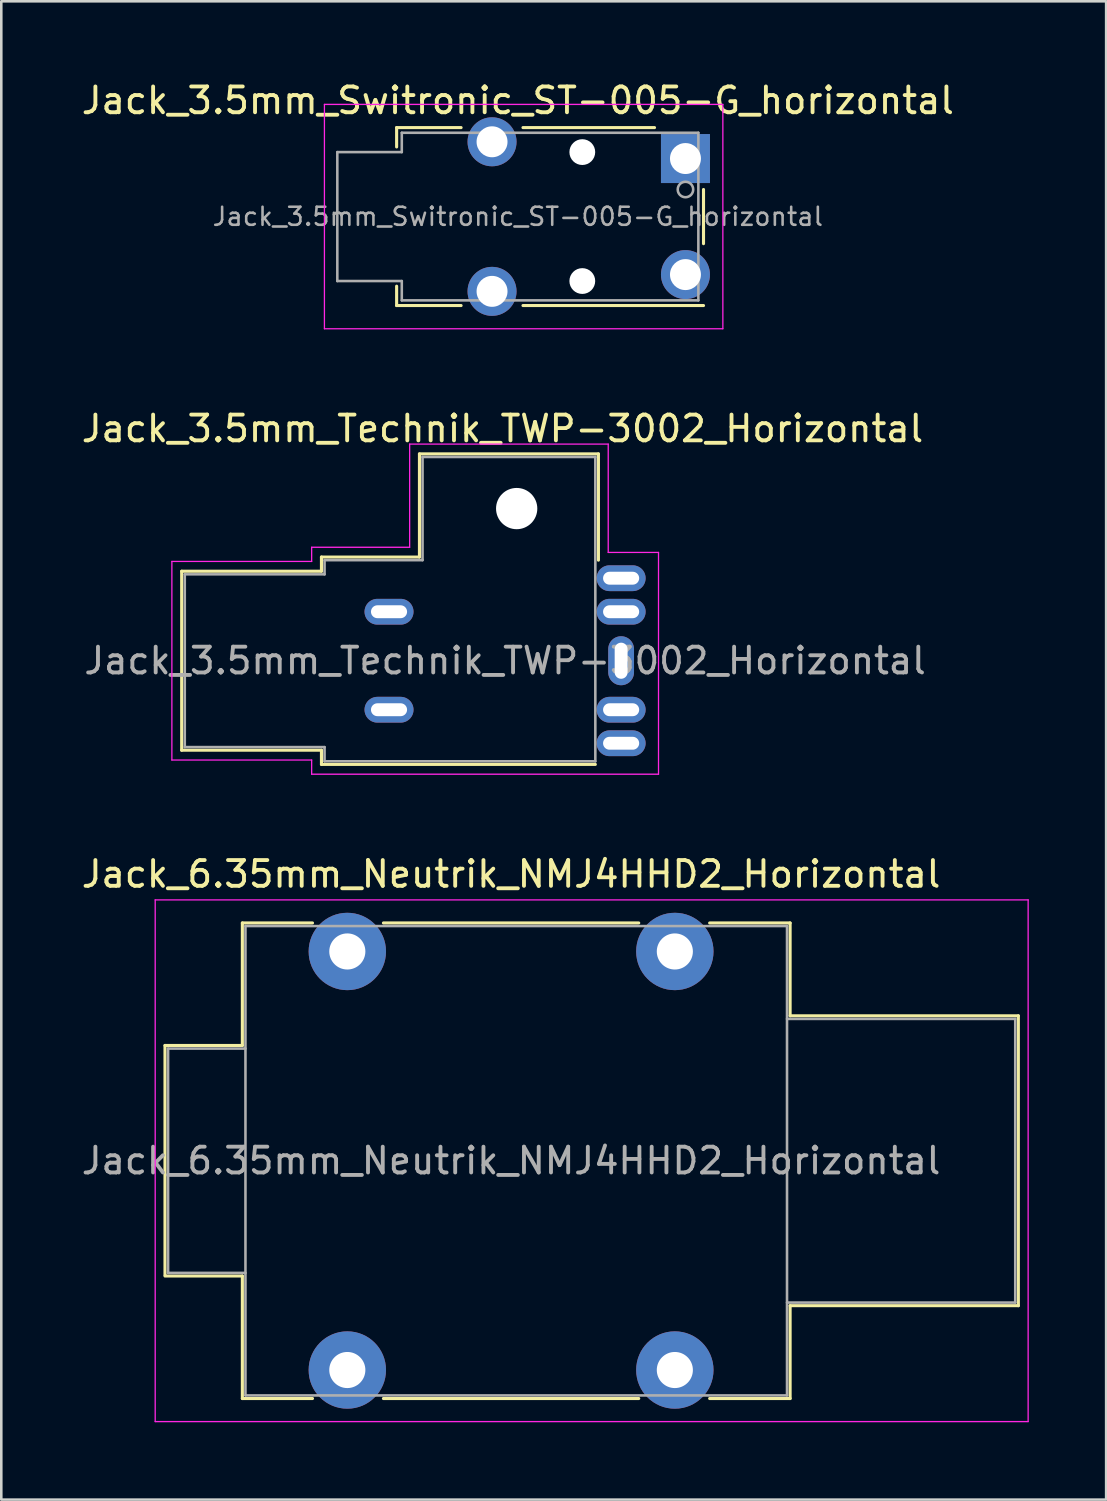
<source format=kicad_pcb>
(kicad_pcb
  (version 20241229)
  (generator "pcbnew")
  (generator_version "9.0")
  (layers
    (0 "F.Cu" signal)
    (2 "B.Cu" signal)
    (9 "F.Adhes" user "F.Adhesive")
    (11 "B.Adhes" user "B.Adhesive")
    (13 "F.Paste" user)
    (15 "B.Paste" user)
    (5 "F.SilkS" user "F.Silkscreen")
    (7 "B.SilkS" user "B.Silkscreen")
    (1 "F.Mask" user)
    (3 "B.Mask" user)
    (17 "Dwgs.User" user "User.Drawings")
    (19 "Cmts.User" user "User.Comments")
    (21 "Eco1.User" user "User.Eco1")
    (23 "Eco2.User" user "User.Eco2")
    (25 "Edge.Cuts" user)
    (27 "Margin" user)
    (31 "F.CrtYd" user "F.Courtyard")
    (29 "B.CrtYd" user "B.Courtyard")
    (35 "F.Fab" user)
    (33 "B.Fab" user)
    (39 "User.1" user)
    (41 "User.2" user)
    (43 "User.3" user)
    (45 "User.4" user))
  (footprint "Jack_3.5mm_Switronic_ST-005-G_horizontal"
    (layer "F.Cu")
    (at 17.03 5.348)
    (property "Reference" "Jack_3.5mm_Switronic_ST-005-G_horizontal" (at 0 -4.5 0) (layer "F.SilkS") (effects (font (size 1 1) (thickness 0.15))))
    (attr through_hole)
    (fp_line (start -4.7 -3.45) (end -2.2 -3.45) (stroke (width 0.12) (type solid)) (layer "F.SilkS"))
    (fp_line (start -4.7 -2.7) (end -4.7 -3.45) (stroke (width 0.12) (type solid)) (layer "F.SilkS"))
    (fp_line (start -4.7 3.45) (end -4.7 2.7) (stroke (width 0.12) (type solid)) (layer "F.SilkS"))
    (fp_line (start -2.2 3.45) (end -4.7 3.45) (stroke (width 0.12) (type solid)) (layer "F.SilkS"))
    (fp_line (start 0.2 -3.45) (end 5.3 -3.45) (stroke (width 0.12) (type solid)) (layer "F.SilkS"))
    (fp_line (start 0.2 3.45) (end 7.2 3.45) (stroke (width 0.12) (type solid)) (layer "F.SilkS"))
    (fp_line (start 7.2 -1.05) (end 7.2 1.05) (stroke (width 0.12) (type solid)) (layer "F.SilkS"))
    (fp_line (start -7.5 -4.35) (end -7.5 4.35) (stroke (width 0.05) (type solid)) (layer "F.CrtYd"))
    (fp_line (start -7.5 4.35) (end 7.95 4.35) (stroke (width 0.05) (type solid)) (layer "F.CrtYd"))
    (fp_line (start 7.95 -4.35) (end -7.5 -4.35) (stroke (width 0.05) (type solid)) (layer "F.CrtYd"))
    (fp_line (start 7.95 4.35) (end 7.95 -4.35) (stroke (width 0.05) (type solid)) (layer "F.CrtYd"))
    (fp_line (start -7 -2.5) (end -4.5 -2.5) (stroke (width 0.1) (type solid)) (layer "F.Fab"))
    (fp_line (start -7 2.5) (end -7 -2.5) (stroke (width 0.1) (type solid)) (layer "F.Fab"))
    (fp_line (start -4.5 -3.25) (end 7 -3.25) (stroke (width 0.1) (type solid)) (layer "F.Fab"))
    (fp_line (start -4.5 -2.5) (end -4.5 -3.25) (stroke (width 0.1) (type solid)) (layer "F.Fab"))
    (fp_line (start -4.5 2.5) (end -7 2.5) (stroke (width 0.1) (type solid)) (layer "F.Fab"))
    (fp_line (start -4.5 3.25) (end -4.5 2.5) (stroke (width 0.1) (type solid)) (layer "F.Fab"))
    (fp_line (start 7 -3.25) (end 7 3.25) (stroke (width 0.1) (type solid)) (layer "F.Fab"))
    (fp_line (start 7 3.25) (end -4.5 3.25) (stroke (width 0.1) (type solid)) (layer "F.Fab"))
    (fp_circle (center 6.5 -1.05) (end 6.8 -1.05) (stroke (width 0.1) (type solid)) (fill no) (layer "F.Fab"))
    (fp_text user "${REFERENCE}" (at 0 0 0) (layer "F.Fab") (effects (font (size 0.7 0.7) (thickness 0.1))))
    (pad "" np_thru_hole circle (at 2.5 -2.5) (size 1 1) (drill 1) (layers "*.Cu" "*.Mask"))
    (pad "" np_thru_hole circle (at 2.5 2.5) (size 1 1) (drill 1) (layers "*.Cu" "*.Mask"))
    (pad "R" thru_hole rect (at 6.5 -2.25) (size 1.9 1.9) (drill 1.2) (layers "*.Cu" "*.Mask"))
    (pad "S" thru_hole circle (at 6.5 2.25) (size 1.9 1.9) (drill 1.2) (layers "*.Cu" "*.Mask"))
    (pad "T" thru_hole circle (at -1 -2.9) (size 1.9 1.9) (drill 1.2) (layers "*.Cu" "*.Mask"))
    (pad "T" thru_hole circle (at -1 2.9) (size 1.9 1.9) (drill 1.2) (layers "*.Cu" "*.Mask")))
  (footprint "Jack_6.35mm_Neutrik_NMJ4HHD2_Horizontal"
    (layer "F.Cu")
    (at 10.418 33.845)
    (property "Reference" "Jack_6.35mm_Neutrik_NMJ4HHD2_Horizontal" (at 6.35 -3 0) (layer "F.SilkS") (effects (font (size 1 1) (thickness 0.15))))
    (attr through_hole)
    (fp_line (start -7.07 3.645) (end -4.07 3.645) (stroke (width 0.12) (type solid)) (layer "F.SilkS"))
    (fp_line (start -7.07 12.545) (end -7.07 3.645) (stroke (width 0.12) (type solid)) (layer "F.SilkS"))
    (fp_line (start -7.07 12.585) (end -4.07 12.585) (stroke (width 0.12) (type solid)) (layer "F.SilkS"))
    (fp_line (start -4.07 -1.105) (end -1.35 -1.105) (stroke (width 0.12) (type solid)) (layer "F.SilkS"))
    (fp_line (start -4.07 3.645) (end -4.07 -1.105) (stroke (width 0.12) (type solid)) (layer "F.SilkS"))
    (fp_line (start -4.07 17.335) (end -4.07 12.585) (stroke (width 0.12) (type solid)) (layer "F.SilkS"))
    (fp_line (start -1.35 17.335) (end -4.07 17.335) (stroke (width 0.12) (type solid)) (layer "F.SilkS"))
    (fp_line (start 1.4 -1.105) (end 11.3 -1.105) (stroke (width 0.12) (type solid)) (layer "F.SilkS"))
    (fp_line (start 11.3 17.335) (end 1.4 17.335) (stroke (width 0.12) (type solid)) (layer "F.SilkS"))
    (fp_line (start 17.17 -1.105) (end 14.05 -1.105) (stroke (width 0.12) (type solid)) (layer "F.SilkS"))
    (fp_line (start 17.17 2.495) (end 17.17 -1.105) (stroke (width 0.12) (type solid)) (layer "F.SilkS"))
    (fp_line (start 17.17 2.495) (end 26.02 2.495) (stroke (width 0.12) (type solid)) (layer "F.SilkS"))
    (fp_line (start 17.17 13.735) (end 26.02 13.735) (stroke (width 0.12) (type solid)) (layer "F.SilkS"))
    (fp_line (start 17.17 17.335) (end 14.05 17.335) (stroke (width 0.12) (type solid)) (layer "F.SilkS"))
    (fp_line (start 17.17 17.335) (end 17.17 13.735) (stroke (width 0.12) (type solid)) (layer "F.SilkS"))
    (fp_line (start 26.02 13.735) (end 26.02 2.495) (stroke (width 0.12) (type solid)) (layer "F.SilkS"))
    (fp_line (start -7.45 18.23) (end -7.45 -2) (stroke (width 0.05) (type solid)) (layer "F.CrtYd"))
    (fp_line (start -7.45 18.23) (end 26.4 18.23) (stroke (width 0.05) (type solid)) (layer "F.CrtYd"))
    (fp_line (start 26.4 -2) (end -7.45 -2) (stroke (width 0.05) (type solid)) (layer "F.CrtYd"))
    (fp_line (start 26.4 18.23) (end 26.4 -2) (stroke (width 0.05) (type solid)) (layer "F.CrtYd"))
    (fp_line (start -6.95 3.765) (end -3.95 3.765) (stroke (width 0.1) (type solid)) (layer "F.Fab"))
    (fp_line (start -6.95 12.465) (end -6.95 3.765) (stroke (width 0.1) (type solid)) (layer "F.Fab"))
    (fp_line (start -6.95 12.465) (end -3.95 12.465) (stroke (width 0.1) (type solid)) (layer "F.Fab"))
    (fp_line (start -3.95 17.215) (end -3.95 -0.985) (stroke (width 0.1) (type solid)) (layer "F.Fab"))
    (fp_line (start 17.05 -0.985) (end -3.95 -0.985) (stroke (width 0.1) (type solid)) (layer "F.Fab"))
    (fp_line (start 17.05 17.215) (end -3.95 17.215) (stroke (width 0.1) (type solid)) (layer "F.Fab"))
    (fp_line (start 17.05 17.215) (end 17.05 -0.985) (stroke (width 0.1) (type solid)) (layer "F.Fab"))
    (fp_line (start 25.9 2.615) (end 17.05 2.615) (stroke (width 0.1) (type solid)) (layer "F.Fab"))
    (fp_line (start 25.9 13.615) (end 17.05 13.615) (stroke (width 0.1) (type solid)) (layer "F.Fab"))
    (fp_line (start 25.9 13.615) (end 25.9 2.615) (stroke (width 0.1) (type solid)) (layer "F.Fab"))
    (fp_text user "${REFERENCE}" (at 6.35 8.115 0) (layer "F.Fab") (effects (font (size 1 1) (thickness 0.15))))
    (pad "S" thru_hole circle (at 12.7 0) (size 3 3) (drill 1.4) (layers "*.Cu" "*.Mask"))
    (pad "SN" thru_hole circle (at 12.7 16.23) (size 3 3) (drill 1.4) (layers "*.Cu" "*.Mask"))
    (pad "T" thru_hole circle (at 0 0) (size 3 3) (drill 1.4) (layers "*.Cu" "*.Mask"))
    (pad "TN" thru_hole circle (at 0 16.23) (size 3 3) (drill 1.4) (layers "*.Cu" "*.Mask")))
  (footprint "Jack_3.5mm_Technik_TWP-3002_Horizontal"
    (layer "F.Cu")
    (at 21.035 24.471)
    (property "Reference" "Jack_3.5mm_Technik_TWP-3002_Horizontal" (at -4.6 -10.9 0) (layer "F.SilkS") (effects (font (size 1 1) (thickness 0.15))))
    (attr through_hole)
    (fp_line (start -17.04 -5.37) (end -17.04 1.57) (stroke (width 0.12) (type solid)) (layer "F.SilkS"))
    (fp_line (start -17.04 1.57) (end -11.62 1.57) (stroke (width 0.12) (type solid)) (layer "F.SilkS"))
    (fp_line (start -11.62 -5.92) (end -11.62 -5.37) (stroke (width 0.12) (type solid)) (layer "F.SilkS"))
    (fp_line (start -11.62 -5.37) (end -17.04 -5.37) (stroke (width 0.12) (type solid)) (layer "F.SilkS"))
    (fp_line (start -11.62 1.57) (end -11.62 2.12) (stroke (width 0.12) (type solid)) (layer "F.SilkS"))
    (fp_line (start -11.62 2.12) (end -1 2.12) (stroke (width 0.12) (type solid)) (layer "F.SilkS"))
    (fp_line (start -7.82 -9.92) (end -7.82 -5.92) (stroke (width 0.12) (type solid)) (layer "F.SilkS"))
    (fp_line (start -7.82 -5.92) (end -11.62 -5.92) (stroke (width 0.12) (type solid)) (layer "F.SilkS"))
    (fp_line (start -0.88 -9.92) (end -7.82 -9.92) (stroke (width 0.12) (type solid)) (layer "F.SilkS"))
    (fp_line (start -0.88 -5.8) (end -0.88 -9.92) (stroke (width 0.12) (type solid)) (layer "F.SilkS"))
    (fp_line (start -17.42 -5.75) (end -12 -5.75) (stroke (width 0.05) (type solid)) (layer "F.CrtYd"))
    (fp_line (start -17.42 1.95) (end -17.42 -5.75) (stroke (width 0.05) (type solid)) (layer "F.CrtYd"))
    (fp_line (start -12 -6.3) (end -8.2 -6.3) (stroke (width 0.05) (type solid)) (layer "F.CrtYd"))
    (fp_line (start -12 -5.75) (end -12 -6.3) (stroke (width 0.05) (type solid)) (layer "F.CrtYd"))
    (fp_line (start -12 1.95) (end -17.42 1.95) (stroke (width 0.05) (type solid)) (layer "F.CrtYd"))
    (fp_line (start -12 1.95) (end -12 2.5) (stroke (width 0.05) (type solid)) (layer "F.CrtYd"))
    (fp_line (start -8.2 -10.3) (end -8.2 -6.3) (stroke (width 0.05) (type solid)) (layer "F.CrtYd"))
    (fp_line (start -8.2 -10.3) (end -0.5 -10.3) (stroke (width 0.05) (type solid)) (layer "F.CrtYd"))
    (fp_line (start -0.5 -10.3) (end -0.5 -6.1) (stroke (width 0.05) (type solid)) (layer "F.CrtYd"))
    (fp_line (start -0.5 -6.1) (end 1.45 -6.1) (stroke (width 0.05) (type solid)) (layer "F.CrtYd"))
    (fp_line (start 1.45 -6.1) (end 1.45 2.5) (stroke (width 0.05) (type solid)) (layer "F.CrtYd"))
    (fp_line (start 1.45 2.5) (end -12 2.5) (stroke (width 0.05) (type solid)) (layer "F.CrtYd"))
    (fp_line (start -16.92 -5.25) (end -16.92 1.45) (stroke (width 0.1) (type solid)) (layer "F.Fab"))
    (fp_line (start -16.92 1.45) (end -11.5 1.45) (stroke (width 0.1) (type solid)) (layer "F.Fab"))
    (fp_line (start -11.5 -5.8) (end -11.5 -5.25) (stroke (width 0.1) (type solid)) (layer "F.Fab"))
    (fp_line (start -11.5 -5.25) (end -16.92 -5.25) (stroke (width 0.1) (type solid)) (layer "F.Fab"))
    (fp_line (start -11.5 1.45) (end -11.5 2) (stroke (width 0.1) (type solid)) (layer "F.Fab"))
    (fp_line (start -11.5 2) (end -1 2) (stroke (width 0.1) (type solid)) (layer "F.Fab"))
    (fp_line (start -7.7 -9.8) (end -7.7 -5.8) (stroke (width 0.1) (type solid)) (layer "F.Fab"))
    (fp_line (start -7.7 -5.8) (end -11.5 -5.8) (stroke (width 0.1) (type solid)) (layer "F.Fab"))
    (fp_line (start -1 -9.8) (end -7.7 -9.8) (stroke (width 0.1) (type solid)) (layer "F.Fab"))
    (fp_line (start -1 2) (end -1 -9.8) (stroke (width 0.1) (type solid)) (layer "F.Fab"))
    (fp_text user "${REFERENCE}" (at -4.5 -1.9 0) (layer "F.Fab") (effects (font (size 1 1) (thickness 0.15))))
    (pad "" thru_hole oval (at -9 -3.8) (size 1.9 1) (drill oval 1.4 0.5) (layers "*.Cu" "*.Mask"))
    (pad "" thru_hole oval (at -9 0) (size 1.9 1) (drill oval 1.4 0.5) (layers "*.Cu" "*.Mask"))
    (pad "" np_thru_hole circle (at -4.05 -7.8) (size 1.6 1.6) (drill 1.6) (layers "*.Cu" "*.Mask"))
    (pad "R1" thru_hole oval (at 0 -1.9) (size 1 1.9) (drill oval 0.5 1.4) (layers "*.Cu" "*.Mask"))
    (pad "R2" thru_hole oval (at 0 -5.1) (size 1.9 1) (drill oval 1.4 0.5) (layers "*.Cu" "*.Mask"))
    (pad "S" thru_hole oval (at 0 1.3) (size 1.9 1) (drill oval 1.4 0.5) (layers "*.Cu" "*.Mask"))
    (pad "T" thru_hole oval (at 0 -3.8) (size 1.9 1) (drill oval 1.4 0.5) (layers "*.Cu" "*.Mask"))
    (pad "T" thru_hole oval (at 0 0) (size 1.9 1) (drill oval 1.4 0.5) (layers "*.Cu" "*.Mask")))
  (gr_rect
    (start -3 -3)
    (end 39.843 55.1)
    (stroke (width 0.1) (type default))
    (fill no)
    (layer "Edge.Cuts")))
</source>
